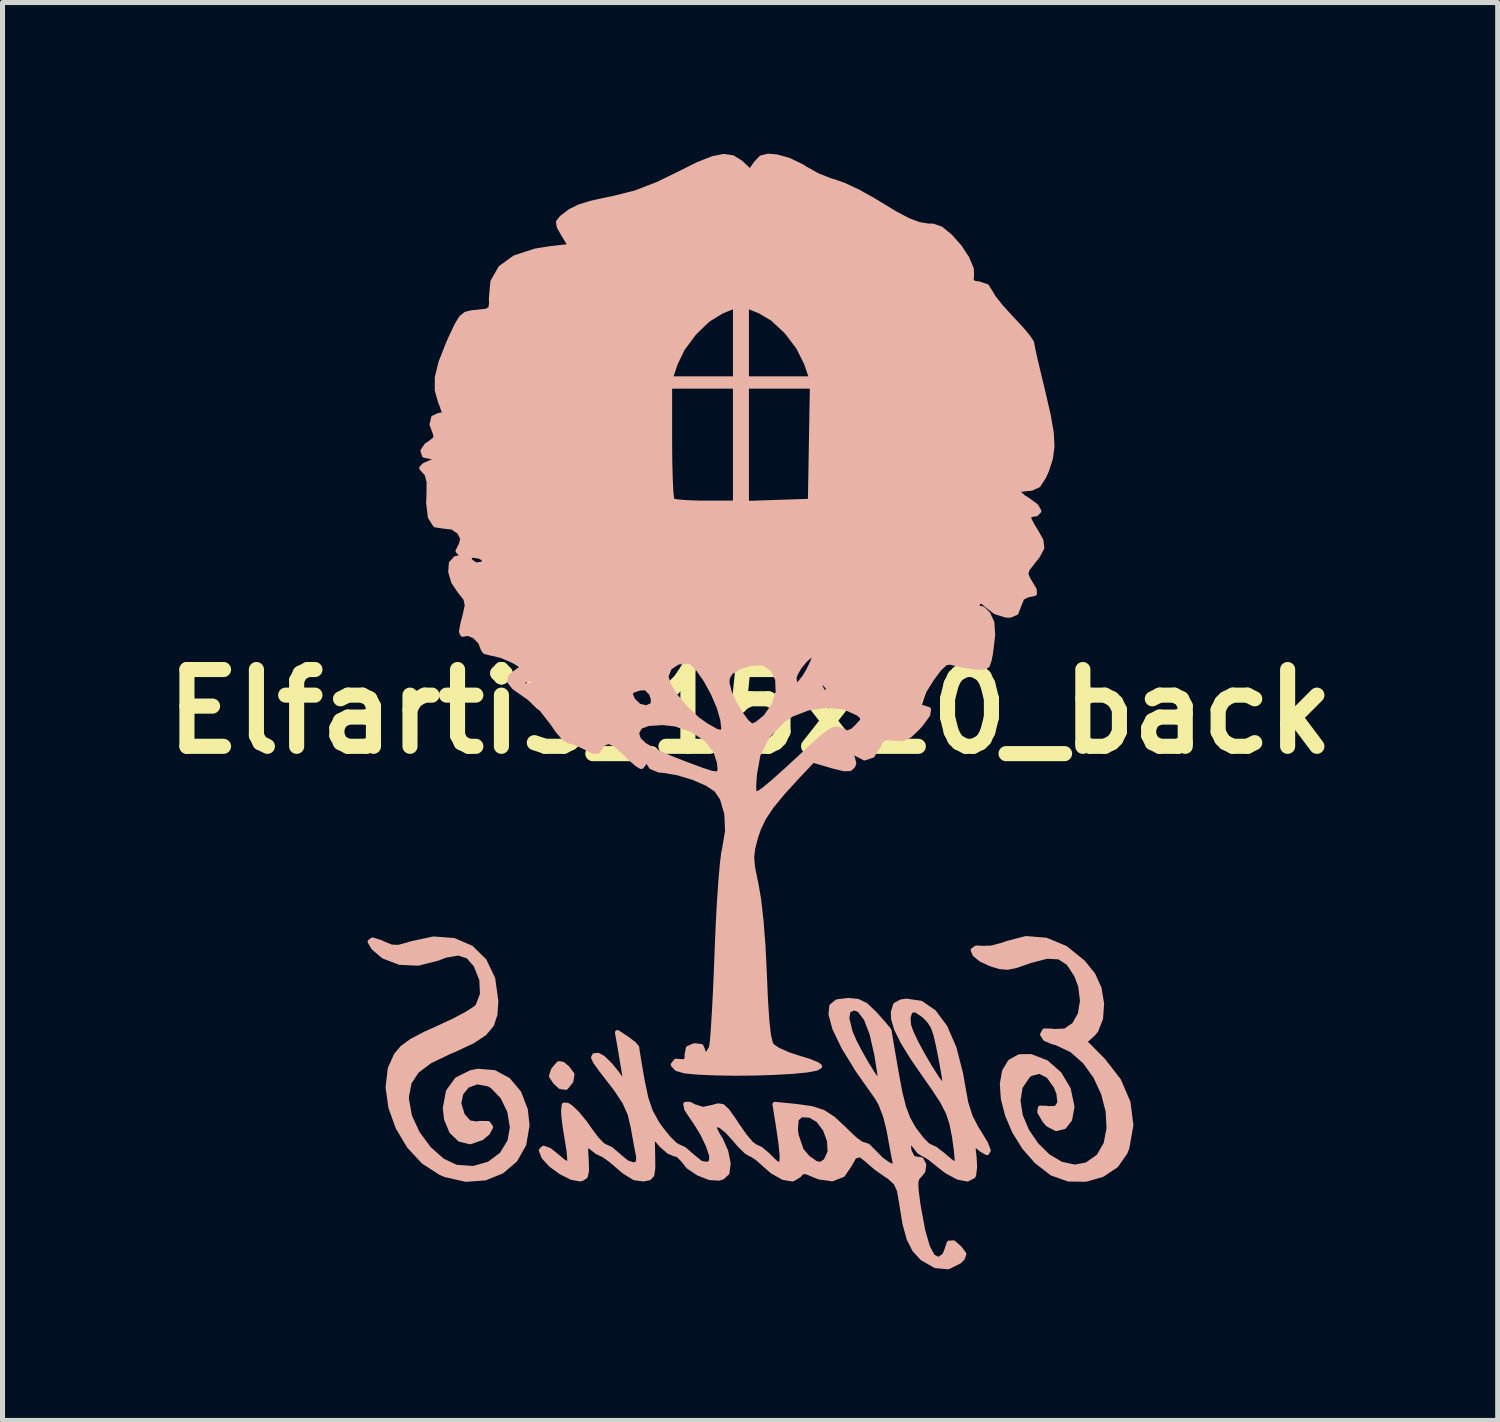
<source format=kicad_pcb>
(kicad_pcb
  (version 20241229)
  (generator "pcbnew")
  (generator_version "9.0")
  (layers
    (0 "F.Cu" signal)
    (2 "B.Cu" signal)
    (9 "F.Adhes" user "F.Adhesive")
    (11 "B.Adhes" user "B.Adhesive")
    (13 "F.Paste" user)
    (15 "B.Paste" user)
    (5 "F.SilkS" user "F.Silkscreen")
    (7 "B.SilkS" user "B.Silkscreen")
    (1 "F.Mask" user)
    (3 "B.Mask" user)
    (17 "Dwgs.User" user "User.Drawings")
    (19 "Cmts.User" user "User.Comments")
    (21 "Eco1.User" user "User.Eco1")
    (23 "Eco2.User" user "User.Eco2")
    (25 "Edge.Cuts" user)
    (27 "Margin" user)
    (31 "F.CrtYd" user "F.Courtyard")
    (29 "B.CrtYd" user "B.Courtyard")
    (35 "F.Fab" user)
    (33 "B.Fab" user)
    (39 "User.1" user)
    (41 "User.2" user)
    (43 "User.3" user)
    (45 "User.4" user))
  (footprint "ElfartiS_15x20_back"
    (layer "F.Cu")
    (at 11.836 11.072)
    (property "Reference" "ElfartiS_15x20_back" (at 0 0 0) (layer "F.SilkS") (effects (font (size 1.524 1.524) (thickness 0.3))))
    (attr through_hole)
    (fp_poly (pts (xy -3.535 7.2) (xy -3.556 7.33) (xy -3.561 7.339) (xy -3.656 7.457) (xy -3.762 7.443) (xy -3.866 7.348) (xy -3.941 7.232) (xy -3.906 7.121) (xy -3.878 7.082) (xy -3.795 6.988) (xy -3.72 6.999) (xy -3.632 7.073) (xy -3.535 7.2)) (stroke (width 0.1) (type solid)) (fill yes) (layer "B.SilkS"))
    (fp_poly (pts (xy -4.427 8.212) (xy -4.491 8.588) (xy -4.665 8.896) (xy -4.93 9.122) (xy -5.262 9.255) (xy -5.639 9.282) (xy -6.04 9.192) (xy -6.136 9.152) (xy -6.477 8.932) (xy -6.764 8.624) (xy -6.984 8.256) (xy -7.128 7.857) (xy -7.184 7.458) (xy -7.141 7.086) (xy -7.019 6.815) (xy -6.897 6.673) (xy -6.717 6.541) (xy -6.449 6.4) (xy -6.178 6.278) (xy -5.881 6.14) (xy -5.627 6.006) (xy -5.453 5.895) (xy -5.401 5.846) (xy -5.31 5.608) (xy -5.324 5.319) (xy -5.44 5.028) (xy -5.442 5.026) (xy -5.593 4.854) (xy -5.784 4.791) (xy -6.041 4.834) (xy -6.216 4.899) (xy -6.589 4.993) (xy -6.954 4.976) (xy -7.273 4.854) (xy -7.472 4.684) (xy -7.54 4.568) (xy -7.493 4.533) (xy -7.34 4.58) (xy -7.276 4.61) (xy -7.119 4.674) (xy -6.978 4.68) (xy -6.785 4.628) (xy -6.738 4.611) (xy -6.284 4.513) (xy -5.88 4.543) (xy -5.539 4.69) (xy -5.277 4.946) (xy -5.108 5.3) (xy -5.046 5.743) (xy -5.046 5.747) (xy -5.063 6.01) (xy -5.132 6.215) (xy -5.273 6.383) (xy -5.507 6.538) (xy -5.854 6.701) (xy -5.976 6.752) (xy -6.361 6.938) (xy -6.619 7.134) (xy -6.766 7.36) (xy -6.819 7.635) (xy -6.82 7.693) (xy -6.76 8.028) (xy -6.603 8.369) (xy -6.375 8.678) (xy -6.106 8.916) (xy -5.837 9.043) (xy -5.489 9.068) (xy -5.176 8.978) (xy -4.926 8.791) (xy -4.765 8.526) (xy -4.717 8.254) (xy -4.77 7.931) (xy -4.909 7.643) (xy -5.11 7.434) (xy -5.189 7.389) (xy -5.419 7.347) (xy -5.611 7.418) (xy -5.74 7.572) (xy -5.782 7.777) (xy -5.713 8.004) (xy -5.698 8.027) (xy -5.579 8.16) (xy -5.433 8.185) (xy -5.364 8.174) (xy -5.201 8.175) (xy -5.15 8.246) (xy -5.212 8.362) (xy -5.33 8.459) (xy -5.554 8.537) (xy -5.759 8.488) (xy -5.923 8.33) (xy -6.025 8.082) (xy -6.048 7.869) (xy -5.988 7.542) (xy -5.816 7.305) (xy -5.538 7.166) (xy -5.4 7.139) (xy -5.077 7.165) (xy -4.801 7.314) (xy -4.589 7.567) (xy -4.46 7.903) (xy -4.427 8.212)) (stroke (width 0.1) (type solid)) (fill yes) (layer "B.SilkS"))
    (fp_poly (pts (xy 7.557 8.208) (xy 7.479 8.652) (xy 7.443 8.746) (xy 7.262 9.005) (xy 6.989 9.187) (xy 6.663 9.281) (xy 6.321 9.277) (xy 6.001 9.164) (xy 5.983 9.153) (xy 5.69 8.927) (xy 5.445 8.648) (xy 5.25 8.335) (xy 5.11 8.007) (xy 5.027 7.685) (xy 5.006 7.389) (xy 5.05 7.138) (xy 5.162 6.952) (xy 5.347 6.85) (xy 5.57 6.847) (xy 5.877 6.965) (xy 6.135 7.192) (xy 6.314 7.492) (xy 6.386 7.831) (xy 6.386 7.856) (xy 6.342 8.094) (xy 6.229 8.238) (xy 6.076 8.275) (xy 5.912 8.19) (xy 5.846 8.112) (xy 5.749 7.946) (xy 5.76 7.87) (xy 5.882 7.873) (xy 5.914 7.88) (xy 6.077 7.875) (xy 6.15 7.768) (xy 6.128 7.574) (xy 6.074 7.438) (xy 5.924 7.227) (xy 5.747 7.138) (xy 5.565 7.183) (xy 5.514 7.222) (xy 5.36 7.448) (xy 5.316 7.723) (xy 5.364 8.023) (xy 5.49 8.323) (xy 5.678 8.599) (xy 5.91 8.827) (xy 6.172 8.983) (xy 6.448 9.041) (xy 6.684 8.996) (xy 6.92 8.829) (xy 7.065 8.579) (xy 7.124 8.272) (xy 7.106 7.931) (xy 7.016 7.58) (xy 6.861 7.245) (xy 6.649 6.948) (xy 6.386 6.716) (xy 6.078 6.571) (xy 6.005 6.553) (xy 5.86 6.491) (xy 5.806 6.408) (xy 5.843 6.339) (xy 5.976 6.34) (xy 6.021 6.35) (xy 6.253 6.34) (xy 6.434 6.218) (xy 6.552 6.01) (xy 6.598 5.742) (xy 6.56 5.442) (xy 6.477 5.225) (xy 6.322 4.989) (xy 6.136 4.868) (xy 5.891 4.855) (xy 5.563 4.941) (xy 5.529 4.953) (xy 5.28 5.039) (xy 5.109 5.074) (xy 4.961 5.062) (xy 4.782 5.008) (xy 4.776 5.006) (xy 4.585 4.917) (xy 4.464 4.819) (xy 4.428 4.736) (xy 4.49 4.692) (xy 4.609 4.699) (xy 4.795 4.693) (xy 5.023 4.632) (xy 5.081 4.608) (xy 5.475 4.505) (xy 5.874 4.537) (xy 6.258 4.697) (xy 6.605 4.978) (xy 6.804 5.224) (xy 6.925 5.491) (xy 6.976 5.796) (xy 6.955 6.091) (xy 6.862 6.328) (xy 6.8 6.401) (xy 6.632 6.55) (xy 7.002 6.922) (xy 7.313 7.322) (xy 7.5 7.757) (xy 7.557 8.208)) (stroke (width 0.1) (type solid)) (fill yes) (layer "B.SilkS"))
    (fp_poly (pts (xy 4.726 8.709) (xy 4.7 8.753) (xy 4.593 8.691) (xy 4.549 8.654) (xy 4.46 8.582) (xy 4.425 8.597) (xy 4.431 8.721) (xy 4.444 8.826) (xy 4.456 9.036) (xy 4.437 9.192) (xy 4.427 9.217) (xy 4.313 9.276) (xy 4.129 9.241) (xy 3.903 9.119) (xy 3.747 8.998) (xy 3.585 8.867) (xy 3.465 8.79) (xy 3.437 8.781) (xy 3.354 8.726) (xy 3.278 8.629) (xy 3.186 8.519) (xy 3.139 8.541) (xy 3.149 8.685) (xy 3.16 8.731) (xy 3.226 8.862) (xy 3.299 8.881) (xy 3.398 8.896) (xy 3.446 8.994) (xy 3.43 9.118) (xy 3.372 9.191) (xy 3.315 9.25) (xy 3.289 9.34) (xy 3.294 9.495) (xy 3.327 9.749) (xy 3.342 9.846) (xy 3.428 10.307) (xy 3.521 10.629) (xy 3.622 10.816) (xy 3.735 10.875) (xy 3.754 10.872) (xy 3.865 10.789) (xy 3.906 10.685) (xy 3.951 10.549) (xy 4.038 10.545) (xy 4.162 10.656) (xy 4.242 10.765) (xy 4.213 10.849) (xy 4.15 10.91) (xy 3.932 11.018) (xy 3.681 10.996) (xy 3.422 10.847) (xy 3.418 10.844) (xy 3.268 10.682) (xy 3.157 10.464) (xy 3.074 10.163) (xy 3.006 9.746) (xy 3.005 9.737) (xy 2.963 9.498) (xy 2.894 9.349) (xy 2.766 9.233) (xy 2.692 9.185) (xy 2.502 9.051) (xy 2.355 8.926) (xy 2.33 8.9) (xy 2.189 8.792) (xy 2.066 8.827) (xy 1.971 8.996) (xy 1.839 9.19) (xy 1.63 9.272) (xy 1.588 9.266) (xy 1.588 8.741) (xy 1.577 8.519) (xy 1.494 8.291) (xy 1.354 8.105) (xy 1.191 8.011) (xy 1.009 8) (xy 0.915 8.09) (xy 0.899 8.292) (xy 0.914 8.409) (xy 1.015 8.706) (xy 1.144 8.856) (xy 1.302 8.968) (xy 1.402 8.989) (xy 1.494 8.927) (xy 1.509 8.912) (xy 1.588 8.741) (xy 1.588 9.266) (xy 1.367 9.235) (xy 1.275 9.197) (xy 1.114 9.13) (xy 1.028 9.133) (xy 0.971 9.199) (xy 0.847 9.275) (xy 0.662 9.247) (xy 0.443 9.122) (xy 0.301 8.999) (xy 0.15 8.864) (xy 0.033 8.787) (xy 0.009 8.781) (xy -0.076 8.729) (xy -0.21 8.595) (xy -0.299 8.491) (xy -0.45 8.325) (xy -0.58 8.219) (xy -0.629 8.201) (xy -0.704 8.212) (xy -0.713 8.266) (xy -0.649 8.394) (xy -0.581 8.507) (xy -0.482 8.733) (xy -0.436 8.962) (xy -0.436 8.979) (xy -0.459 9.154) (xy -0.551 9.239) (xy -0.615 9.259) (xy -0.801 9.248) (xy -1.024 9.161) (xy -1.222 9.029) (xy -1.333 8.889) (xy -1.432 8.793) (xy -1.489 8.781) (xy -1.61 8.73) (xy -1.755 8.604) (xy -1.773 8.584) (xy -1.942 8.388) (xy -1.933 8.82) (xy -1.931 9.061) (xy -1.95 9.193) (xy -2.003 9.252) (xy -2.107 9.274) (xy -2.118 9.275) (xy -2.294 9.251) (xy -2.498 9.125) (xy -2.598 9.039) (xy -2.769 8.894) (xy -2.899 8.801) (xy -2.942 8.781) (xy -3.035 8.737) (xy -3.138 8.656) (xy -3.219 8.591) (xy -3.257 8.603) (xy -3.263 8.718) (xy -3.253 8.892) (xy -3.246 9.11) (xy -3.271 9.222) (xy -3.34 9.267) (xy -3.377 9.274) (xy -3.539 9.244) (xy -3.747 9.14) (xy -3.948 8.995) (xy -4.089 8.842) (xy -4.091 8.839) (xy -4.142 8.71) (xy -4.098 8.666) (xy -3.983 8.708) (xy -3.846 8.817) (xy -3.703 8.937) (xy -3.605 8.987) (xy -3.588 8.983) (xy -3.578 8.894) (xy -3.594 8.708) (xy -3.624 8.521) (xy -3.667 8.26) (xy -3.695 8.032) (xy -3.701 7.929) (xy -3.689 7.81) (xy -3.626 7.813) (xy -3.555 7.86) (xy -3.432 7.978) (xy -3.277 8.168) (xy -3.185 8.299) (xy -3.047 8.485) (xy -2.928 8.607) (xy -2.872 8.636) (xy -2.766 8.685) (xy -2.625 8.804) (xy -2.613 8.817) (xy -2.445 8.954) (xy -2.304 9.001) (xy -2.217 8.956) (xy -2.21 8.836) (xy -2.242 8.675) (xy -2.287 8.433) (xy -2.319 8.248) (xy -2.382 7.983) (xy -2.487 7.748) (xy -2.658 7.489) (xy -2.757 7.361) (xy -2.951 7.111) (xy -3.064 6.953) (xy -3.106 6.866) (xy -3.087 6.829) (xy -3.019 6.822) (xy -3.018 6.822) (xy -2.919 6.876) (xy -2.778 7.015) (xy -2.683 7.13) (xy -2.451 7.439) (xy -2.499 7.148) (xy -2.543 6.887) (xy -2.585 6.636) (xy -2.589 6.614) (xy -2.632 6.37) (xy -2.441 6.496) (xy -2.308 6.596) (xy -2.25 6.665) (xy -2.25 6.667) (xy -2.238 6.755) (xy -2.206 6.949) (xy -2.161 7.214) (xy -2.143 7.317) (xy -2.069 7.671) (xy -1.979 7.937) (xy -1.852 8.168) (xy -1.774 8.278) (xy -1.622 8.467) (xy -1.491 8.597) (xy -1.422 8.636) (xy -1.314 8.685) (xy -1.174 8.804) (xy -1.161 8.817) (xy -0.978 8.966) (xy -0.834 8.989) (xy -0.764 8.929) (xy -0.762 8.811) (xy -0.827 8.614) (xy -0.94 8.377) (xy -1.085 8.141) (xy -1.134 8.073) (xy -1.255 7.89) (xy -1.276 7.794) (xy -1.2 7.794) (xy -1.106 7.843) (xy -0.934 7.895) (xy -0.751 7.857) (xy -0.634 7.825) (xy -0.546 7.839) (xy -0.456 7.924) (xy -0.332 8.099) (xy -0.26 8.209) (xy -0.111 8.422) (xy 0.019 8.574) (xy 0.102 8.636) (xy 0.104 8.636) (xy 0.21 8.685) (xy 0.35 8.804) (xy 0.363 8.817) (xy 0.494 8.947) (xy 0.581 8.999) (xy 0.628 8.962) (xy 0.638 8.823) (xy 0.613 8.569) (xy 0.557 8.188) (xy 0.541 8.088) (xy 0.494 7.795) (xy 0.918 7.837) (xy 1.223 7.88) (xy 1.449 7.953) (xy 1.649 8.083) (xy 1.877 8.296) (xy 1.917 8.337) (xy 2.08 8.491) (xy 2.206 8.583) (xy 2.256 8.596) (xy 2.334 8.622) (xy 2.444 8.732) (xy 2.445 8.733) (xy 2.603 8.892) (xy 2.743 8.991) (xy 2.86 9.042) (xy 2.886 8.997) (xy 2.871 8.912) (xy 2.839 8.75) (xy 2.794 8.506) (xy 2.759 8.309) (xy 2.69 8.032) (xy 2.593 7.779) (xy 2.59 7.774) (xy 2.59 7.377) (xy 2.588 7.301) (xy 2.564 7.119) (xy 2.524 6.866) (xy 2.514 6.803) (xy 2.42 6.391) (xy 2.304 6.092) (xy 2.172 5.919) (xy 2.064 5.878) (xy 1.945 5.93) (xy 1.919 6.087) (xy 1.984 6.353) (xy 1.99 6.37) (xy 2.064 6.543) (xy 2.176 6.758) (xy 2.303 6.983) (xy 2.428 7.184) (xy 2.529 7.327) (xy 2.587 7.378) (xy 2.59 7.377) (xy 2.59 7.774) (xy 2.522 7.656) (xy 2.143 7.119) (xy 1.862 6.662) (xy 1.682 6.289) (xy 1.606 6.007) (xy 1.621 5.847) (xy 1.728 5.76) (xy 1.949 5.733) (xy 2.139 5.752) (xy 2.293 5.827) (xy 2.464 5.989) (xy 2.495 6.024) (xy 2.641 6.188) (xy 2.736 6.301) (xy 2.758 6.332) (xy 2.77 6.406) (xy 2.801 6.594) (xy 2.848 6.867) (xy 2.899 7.165) (xy 2.974 7.564) (xy 3.047 7.855) (xy 3.131 8.077) (xy 3.236 8.266) (xy 3.265 8.308) (xy 3.404 8.49) (xy 3.522 8.609) (xy 3.574 8.636) (xy 3.676 8.683) (xy 3.824 8.798) (xy 3.86 8.83) (xy 3.998 8.945) (xy 4.09 8.989) (xy 4.102 8.985) (xy 4.11 8.899) (xy 4.095 8.71) (xy 4.06 8.457) (xy 4.057 8.435) (xy 4.005 8.176) (xy 3.935 7.96) (xy 3.875 7.844) (xy 3.875 7.41) (xy 3.852 7.237) (xy 3.81 6.993) (xy 3.803 6.957) (xy 3.738 6.624) (xy 3.685 6.4) (xy 3.632 6.252) (xy 3.566 6.146) (xy 3.475 6.05) (xy 3.451 6.027) (xy 3.285 5.916) (xy 3.176 5.935) (xy 3.134 6.078) (xy 3.146 6.226) (xy 3.194 6.365) (xy 3.293 6.573) (xy 3.424 6.816) (xy 3.568 7.062) (xy 3.705 7.276) (xy 3.815 7.425) (xy 3.875 7.475) (xy 3.875 7.41) (xy 3.875 7.844) (xy 3.824 7.743) (xy 3.653 7.481) (xy 3.539 7.319) (xy 3.244 6.893) (xy 3.036 6.558) (xy 2.907 6.298) (xy 2.848 6.095) (xy 2.844 5.963) (xy 2.887 5.823) (xy 3.003 5.761) (xy 3.103 5.747) (xy 3.388 5.788) (xy 3.645 5.964) (xy 3.867 6.263) (xy 4.047 6.678) (xy 4.18 7.197) (xy 4.213 7.392) (xy 4.28 7.76) (xy 4.367 8.038) (xy 4.493 8.28) (xy 4.538 8.349) (xy 4.672 8.57) (xy 4.726 8.709)) (stroke (width 0.1) (type solid)) (fill yes) (layer "B.SilkS"))
    (fp_poly (pts (xy 5.991 -5.259) (xy 5.96 -5.022) (xy 5.885 -4.792) (xy 5.828 -4.663) (xy 5.719 -4.494) (xy 5.58 -4.431) (xy 5.507 -4.427) (xy 5.341 -4.407) (xy 5.315 -4.348) (xy 5.428 -4.248) (xy 5.516 -4.194) (xy 5.674 -4.078) (xy 5.73 -3.98) (xy 5.676 -3.924) (xy 5.624 -3.919) (xy 5.535 -3.897) (xy 5.533 -3.815) (xy 5.623 -3.651) (xy 5.661 -3.592) (xy 5.772 -3.397) (xy 5.789 -3.249) (xy 5.706 -3.091) (xy 5.617 -2.98) (xy 5.5 -2.829) (xy 5.471 -2.728) (xy 5.518 -2.618) (xy 5.544 -2.578) (xy 5.639 -2.418) (xy 5.643 -2.344) (xy 5.553 -2.323) (xy 5.521 -2.322) (xy 5.396 -2.26) (xy 5.336 -2.113) (xy 5.297 -2.011) (xy 5.297 -2.297) (xy 5.275 -2.361) (xy 5.193 -2.437) (xy 5.048 -2.523) (xy 4.973 -2.533) (xy 4.992 -2.477) (xy 5.079 -2.398) (xy 5.214 -2.313) (xy 5.295 -2.295) (xy 5.297 -2.297) (xy 5.297 -2.011) (xy 5.278 -1.963) (xy 5.162 -1.914) (xy 5.081 -1.915) (xy 4.877 -1.977) (xy 4.733 -2.086) (xy 4.604 -2.192) (xy 4.521 -2.175) (xy 4.499 -2.08) (xy 4.531 -2.043) (xy 4.545 -2.053) (xy 4.617 -2.037) (xy 4.717 -1.941) (xy 4.798 -1.77) (xy 4.815 -1.517) (xy 4.771 -1.16) (xy 4.745 -1.025) (xy 4.709 -0.918) (xy 4.63 -0.878) (xy 4.464 -0.886) (xy 4.402 -0.894) (xy 4.18 -0.931) (xy 4.007 -0.972) (xy 3.976 -0.982) (xy 3.879 -0.969) (xy 3.753 -0.852) (xy 3.598 -0.642) (xy 3.427 -0.368) (xy 3.351 -0.19) (xy 3.365 -0.096) (xy 3.447 -0.073) (xy 3.542 -0.04) (xy 3.525 0.062) (xy 3.394 0.242) (xy 3.327 0.318) (xy 3.165 0.473) (xy 3.048 0.528) (xy 3.048 0.181) (xy 3.012 0.145) (xy 2.975 0.181) (xy 3.012 0.218) (xy 3.048 0.181) (xy 3.048 0.528) (xy 3.031 0.536) (xy 2.866 0.53) (xy 2.857 0.529) (xy 2.684 0.517) (xy 2.592 0.578) (xy 2.543 0.682) (xy 2.425 0.869) (xy 2.273 0.92) (xy 2.238 0.902) (xy 2.238 0.114) (xy 2.152 0.038) (xy 2.146 0.033) (xy 1.87 -0.091) (xy 1.563 -0.122) (xy 1.563 -0.417) (xy 1.55 -0.472) (xy 1.48 -0.562) (xy 1.405 -0.575) (xy 1.379 -0.52) (xy 1.437 -0.404) (xy 1.534 -0.363) (xy 1.563 -0.417) (xy 1.563 -0.122) (xy 1.527 -0.126) (xy 1.286 -0.093) (xy 1.286 -1.11) (xy 1.282 -1.137) (xy 1.237 -1.131) (xy 1.237 -6.459) (xy 1.225 -6.459) (xy 1.225 -6.604) (xy 1.12 -6.913) (xy 0.961 -7.232) (xy 0.724 -7.543) (xy 0.448 -7.8) (xy 0.2 -7.947) (xy -0.073 -8.057) (xy -0.073 -7.331) (xy -0.073 -6.604) (xy 0.576 -6.604) (xy 1.225 -6.604) (xy 1.225 -6.459) (xy 0.582 -6.459) (xy -0.073 -6.459) (xy -0.073 -5.295) (xy -0.073 -4.131) (xy 0.562 -4.152) (xy 1.197 -4.173) (xy 1.217 -5.316) (xy 1.237 -6.459) (xy 1.237 -1.131) (xy 1.207 -1.126) (xy 1.094 -1.029) (xy 0.978 -0.888) (xy 0.893 -0.742) (xy 0.871 -0.656) (xy 0.895 -0.529) (xy 0.966 -0.536) (xy 1.079 -0.677) (xy 1.155 -0.803) (xy 1.245 -0.985) (xy 1.286 -1.11) (xy 1.286 -0.093) (xy 1.164 -0.077) (xy 0.824 0.053) (xy 0.653 0.166) (xy 0.557 0.265) (xy 0.557 -0.39) (xy 0.548 -0.636) (xy 0.455 -0.836) (xy 0.281 -0.955) (xy 0.241 -0.965) (xy 0.007 -0.958) (xy -0.218 -0.884) (xy -0.29 -0.84) (xy -0.29 -4.137) (xy -0.29 -5.298) (xy -0.29 -6.459) (xy -0.29 -6.604) (xy -0.29 -7.331) (xy -0.29 -8.057) (xy -0.562 -7.947) (xy -0.839 -7.778) (xy -1.113 -7.513) (xy -1.345 -7.199) (xy -1.483 -6.913) (xy -1.588 -6.604) (xy -0.939 -6.604) (xy -0.29 -6.604) (xy -0.29 -6.459) (xy -0.943 -6.459) (xy -1.597 -6.459) (xy -1.597 -5.346) (xy -1.594 -4.958) (xy -1.585 -4.622) (xy -1.573 -4.366) (xy -1.557 -4.214) (xy -1.548 -4.185) (xy -1.458 -4.163) (xy -1.26 -4.146) (xy -0.991 -4.137) (xy -0.895 -4.137) (xy -0.29 -4.137) (xy -0.29 -0.84) (xy -0.389 -0.781) (xy -0.454 -0.665) (xy -0.457 -0.558) (xy -0.414 -0.389) (xy -0.319 -0.179) (xy -0.197 0.032) (xy -0.074 0.201) (xy 0.027 0.287) (xy 0.045 0.29) (xy 0.145 0.243) (xy 0.289 0.126) (xy 0.315 0.101) (xy 0.48 -0.133) (xy 0.557 -0.39) (xy 0.557 0.265) (xy 0.341 0.488) (xy 0.156 0.858) (xy 0.086 1.248) (xy 0.071 1.487) (xy 0.079 1.608) (xy 0.115 1.641) (xy 0.19 1.611) (xy 0.193 1.61) (xy 0.298 1.533) (xy 0.482 1.378) (xy 0.719 1.166) (xy 0.985 0.921) (xy 0.997 0.91) (xy 1.275 0.65) (xy 1.471 0.479) (xy 1.605 0.382) (xy 1.698 0.345) (xy 1.77 0.356) (xy 1.81 0.377) (xy 1.929 0.427) (xy 2.035 0.384) (xy 2.122 0.303) (xy 2.229 0.185) (xy 2.238 0.114) (xy 2.238 0.902) (xy 2.102 0.832) (xy 1.99 0.766) (xy 1.957 0.804) (xy 2.029 0.911) (xy 2.058 1.026) (xy 2.038 1.079) (xy 1.979 1.131) (xy 1.87 1.134) (xy 1.673 1.088) (xy 1.611 1.07) (xy 1.245 0.963) (xy 0.963 1.261) (xy 0.65 1.603) (xy 0.426 1.875) (xy 0.27 2.107) (xy 0.165 2.327) (xy 0.108 2.496) (xy 0.052 2.713) (xy 0.031 2.891) (xy 0.048 3.085) (xy 0.101 3.353) (xy 0.116 3.421) (xy 0.169 3.727) (xy 0.217 4.148) (xy 0.256 4.651) (xy 0.283 5.207) (xy 0.284 5.234) (xy 0.307 5.753) (xy 0.333 6.14) (xy 0.363 6.409) (xy 0.4 6.574) (xy 0.43 6.634) (xy 0.552 6.718) (xy 0.764 6.811) (xy 0.955 6.873) (xy 1.178 6.942) (xy 1.332 7.005) (xy 1.379 7.041) (xy 1.311 7.079) (xy 1.124 7.113) (xy 0.844 7.14) (xy 0.497 7.16) (xy 0.111 7.173) (xy -0.29 7.177) (xy -0.679 7.171) (xy -1.03 7.156) (xy -1.288 7.132) (xy -1.454 7.085) (xy -1.524 7.009) (xy -1.524 7.005) (xy -1.469 6.939) (xy -1.378 6.946) (xy -1.27 6.948) (xy -1.248 6.85) (xy -1.251 6.821) (xy -1.226 6.684) (xy -1.107 6.632) (xy -0.972 6.647) (xy -0.943 6.713) (xy -0.912 6.812) (xy -0.843 6.798) (xy -0.772 6.681) (xy -0.765 6.658) (xy -0.748 6.542) (xy -0.729 6.302) (xy -0.708 5.963) (xy -0.686 5.545) (xy -0.666 5.072) (xy -0.654 4.753) (xy -0.633 4.247) (xy -0.608 3.775) (xy -0.579 3.359) (xy -0.55 3.025) (xy -0.522 2.798) (xy -0.506 2.724) (xy -0.446 2.371) (xy -0.463 2.022) (xy -0.52 1.827) (xy -0.52 0.348) (xy -0.54 0.173) (xy -0.541 0.163) (xy -0.613 -0.088) (xy -0.732 -0.364) (xy -0.877 -0.628) (xy -1.027 -0.845) (xy -1.162 -0.978) (xy -1.218 -1.002) (xy -1.437 -0.982) (xy -1.602 -0.871) (xy -1.669 -0.7) (xy -1.669 -0.694) (xy -1.616 -0.521) (xy -1.474 -0.298) (xy -1.275 -0.062) (xy -1.048 0.152) (xy -0.882 0.272) (xy -0.671 0.392) (xy -0.557 0.419) (xy -0.52 0.348) (xy -0.52 1.827) (xy -0.551 1.721) (xy -0.594 1.658) (xy -0.594 1.157) (xy -0.609 1.004) (xy -0.675 0.804) (xy -0.69 0.77) (xy -0.87 0.543) (xy -1.148 0.36) (xy -1.482 0.245) (xy -1.735 0.218) (xy -1.92 0.23) (xy -1.92 -0.257) (xy -1.96 -0.365) (xy -2.066 -0.474) (xy -2.2 -0.466) (xy -2.348 -0.413) (xy -2.382 -0.35) (xy -2.329 -0.23) (xy -2.326 -0.224) (xy -2.208 -0.109) (xy -2.057 -0.073) (xy -1.935 -0.128) (xy -1.924 -0.144) (xy -1.92 -0.257) (xy -1.92 0.23) (xy -2.022 0.236) (xy -2.186 0.298) (xy -2.248 0.412) (xy -2.25 0.442) (xy -2.216 0.552) (xy -2.105 0.662) (xy -1.899 0.783) (xy -1.583 0.924) (xy -1.253 1.053) (xy -0.956 1.163) (xy -0.767 1.224) (xy -0.662 1.24) (xy -0.612 1.215) (xy -0.594 1.157) (xy -0.594 1.658) (xy -0.666 1.551) (xy -0.849 1.428) (xy -1.121 1.31) (xy -1.429 1.216) (xy -1.717 1.166) (xy -1.798 1.162) (xy -1.96 1.096) (xy -2.032 0.98) (xy -2.114 0.847) (xy -2.193 0.804) (xy -2.247 0.819) (xy -2.195 0.846) (xy -2.124 0.923) (xy -2.106 1.027) (xy -2.153 1.088) (xy -2.163 1.089) (xy -2.243 1.041) (xy -2.383 0.919) (xy -2.467 0.835) (xy -2.668 0.653) (xy -2.812 0.59) (xy -2.921 0.64) (xy -2.969 0.708) (xy -3.027 0.787) (xy -3.102 0.791) (xy -3.245 0.721) (xy -3.268 0.708) (xy -3.449 0.622) (xy -3.589 0.581) (xy -3.599 0.581) (xy -3.691 0.523) (xy -3.82 0.374) (xy -3.919 0.228) (xy -4.132 -0.045) (xy -4.282 -0.181) (xy -4.282 -0.581) (xy -4.34 -0.646) (xy -4.386 -0.653) (xy -4.51 -0.609) (xy -4.536 -0.581) (xy -4.513 -0.523) (xy -4.431 -0.508) (xy -4.311 -0.538) (xy -4.282 -0.581) (xy -4.282 -0.181) (xy -4.391 -0.281) (xy -4.463 -0.33) (xy -4.68 -0.483) (xy -4.772 -0.599) (xy -4.747 -0.698) (xy -4.631 -0.79) (xy -4.535 -0.858) (xy -4.535 -0.91) (xy -4.644 -0.981) (xy -4.722 -1.022) (xy -4.929 -1.111) (xy -5.113 -1.157) (xy -5.134 -1.158) (xy -5.262 -1.192) (xy -5.265 -1.197) (xy -5.265 -2.97) (xy -5.289 -3.041) (xy -5.375 -3.086) (xy -5.529 -3.106) (xy -5.58 -3.048) (xy -5.555 -2.98) (xy -5.444 -2.909) (xy -5.312 -2.926) (xy -5.265 -2.97) (xy -5.265 -1.197) (xy -5.298 -1.246) (xy -5.349 -1.381) (xy -5.466 -1.5) (xy -5.594 -1.553) (xy -5.631 -1.548) (xy -5.704 -1.534) (xy -5.727 -1.587) (xy -5.702 -1.733) (xy -5.654 -1.913) (xy -5.613 -2.108) (xy -5.639 -2.238) (xy -5.747 -2.377) (xy -5.755 -2.385) (xy -5.883 -2.576) (xy -5.941 -2.774) (xy -5.928 -2.941) (xy -5.841 -3.038) (xy -5.783 -3.049) (xy -5.681 -3.062) (xy -5.713 -3.106) (xy -5.728 -3.116) (xy -5.795 -3.188) (xy -5.746 -3.286) (xy -5.737 -3.298) (xy -5.7 -3.433) (xy -5.768 -3.567) (xy -5.906 -3.662) (xy -6.078 -3.68) (xy -6.245 -3.705) (xy -6.345 -3.858) (xy -6.379 -4.139) (xy -6.372 -4.307) (xy -6.37 -4.565) (xy -6.412 -4.716) (xy -6.457 -4.766) (xy -6.516 -4.833) (xy -6.463 -4.888) (xy -6.368 -4.928) (xy -6.209 -5.003) (xy -6.18 -5.052) (xy -6.284 -5.065) (xy -6.332 -5.061) (xy -6.463 -5.087) (xy -6.491 -5.175) (xy -6.417 -5.284) (xy -6.337 -5.336) (xy -6.229 -5.425) (xy -6.245 -5.52) (xy -6.311 -5.695) (xy -6.282 -5.828) (xy -6.172 -5.878) (xy -6.086 -5.888) (xy -6.068 -5.943) (xy -6.116 -6.081) (xy -6.142 -6.144) (xy -6.208 -6.378) (xy -6.207 -6.631) (xy -6.133 -6.934) (xy -5.981 -7.318) (xy -5.937 -7.417) (xy -5.819 -7.667) (xy -5.73 -7.813) (xy -5.639 -7.887) (xy -5.516 -7.916) (xy -5.416 -7.925) (xy -5.227 -7.946) (xy -5.144 -7.996) (xy -5.13 -8.111) (xy -5.135 -8.188) (xy -5.104 -8.531) (xy -4.95 -8.803) (xy -4.67 -9.006) (xy -4.264 -9.139) (xy -3.973 -9.186) (xy -3.555 -9.233) (xy -3.7 -9.468) (xy -3.789 -9.626) (xy -3.801 -9.718) (xy -3.739 -9.796) (xy -3.719 -9.813) (xy -3.564 -9.93) (xy -3.384 -10.018) (xy -3.142 -10.092) (xy -2.8 -10.166) (xy -2.717 -10.182) (xy -2.279 -10.292) (xy -1.831 -10.464) (xy -1.428 -10.661) (xy -1.037 -10.856) (xy -0.742 -10.973) (xy -0.521 -11.017) (xy -0.347 -10.991) (xy -0.199 -10.9) (xy -0.166 -10.872) (xy 0.003 -10.712) (xy 0.12 -10.88) (xy 0.224 -10.989) (xy 0.36 -11.022) (xy 0.523 -11.009) (xy 0.767 -10.941) (xy 1.023 -10.818) (xy 1.089 -10.776) (xy 1.336 -10.637) (xy 1.602 -10.532) (xy 1.667 -10.515) (xy 1.865 -10.445) (xy 2.136 -10.318) (xy 2.429 -10.155) (xy 2.525 -10.097) (xy 2.878 -9.883) (xy 3.144 -9.743) (xy 3.354 -9.665) (xy 3.536 -9.635) (xy 3.629 -9.634) (xy 3.786 -9.579) (xy 3.971 -9.428) (xy 4.154 -9.221) (xy 4.303 -8.994) (xy 4.39 -8.786) (xy 4.395 -8.665) (xy 4.384 -8.535) (xy 4.468 -8.493) (xy 4.529 -8.491) (xy 4.697 -8.435) (xy 4.754 -8.343) (xy 4.826 -8.221) (xy 4.973 -8.036) (xy 5.164 -7.824) (xy 5.195 -7.792) (xy 5.382 -7.592) (xy 5.52 -7.426) (xy 5.586 -7.325) (xy 5.588 -7.315) (xy 5.605 -7.22) (xy 5.65 -7.014) (xy 5.718 -6.725) (xy 5.801 -6.382) (xy 5.812 -6.335) (xy 5.917 -5.882) (xy 5.977 -5.534) (xy 5.991 -5.259)) (stroke (width 0.1) (type solid)) (fill yes) (layer "B.SilkS")))
  (gr_rect
    (start -3 -3)
    (end 26.673 25.14)
    (stroke (width 0.1) (type default))
    (fill no)
    (layer "Edge.Cuts")))
</source>
